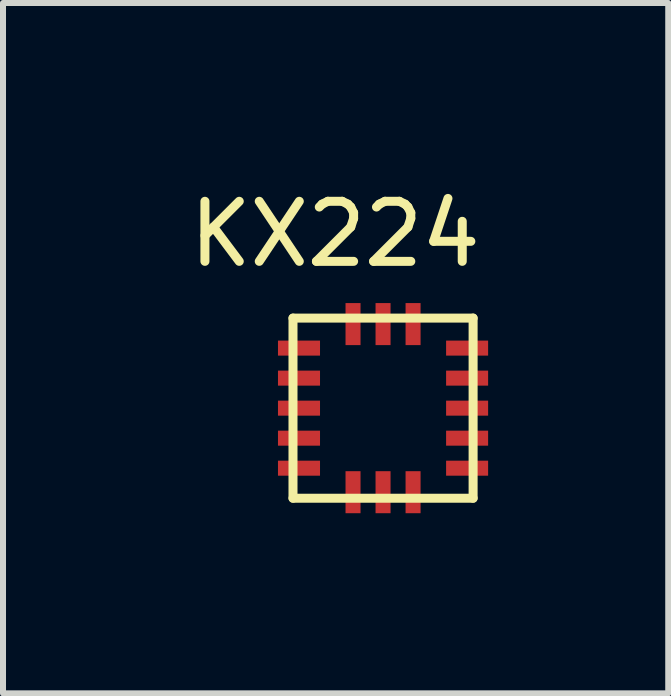
<source format=kicad_pcb>
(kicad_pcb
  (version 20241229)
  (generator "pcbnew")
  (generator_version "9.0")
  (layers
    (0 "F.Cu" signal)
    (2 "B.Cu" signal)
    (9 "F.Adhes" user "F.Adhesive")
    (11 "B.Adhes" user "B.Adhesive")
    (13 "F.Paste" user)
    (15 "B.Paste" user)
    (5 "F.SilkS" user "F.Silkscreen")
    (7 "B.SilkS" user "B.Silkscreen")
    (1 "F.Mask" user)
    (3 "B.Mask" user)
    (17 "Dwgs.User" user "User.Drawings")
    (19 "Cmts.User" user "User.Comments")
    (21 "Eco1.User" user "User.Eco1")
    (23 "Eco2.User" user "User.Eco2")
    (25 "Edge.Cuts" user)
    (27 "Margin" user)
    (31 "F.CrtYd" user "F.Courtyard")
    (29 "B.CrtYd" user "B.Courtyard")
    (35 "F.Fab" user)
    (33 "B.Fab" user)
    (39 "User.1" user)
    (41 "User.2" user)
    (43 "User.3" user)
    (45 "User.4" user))
  (footprint "KX224"
    (layer "F.Cu")
    (at 3.33 3.748)
    (property "Reference" "KX224" (at -0.8 -2.9 0) (layer "F.SilkS") (effects (font (size 1 1) (thickness 0.15))))
    (attr through_hole)
    (fp_line (start -1.5 -1.5) (end -1.5 1.5) (stroke (width 0.15) (type solid)) (layer "F.SilkS"))
    (fp_line (start -1.5 1.5) (end 1.5 1.5) (stroke (width 0.15) (type solid)) (layer "F.SilkS"))
    (fp_line (start 1.5 -1.5) (end -1.5 -1.5) (stroke (width 0.15) (type solid)) (layer "F.SilkS"))
    (fp_line (start 1.5 1.5) (end 1.5 -1.5) (stroke (width 0.15) (type solid)) (layer "F.SilkS"))
    (pad "1" smd rect (at -1.4 -1 90) (size 0.25 0.7) (layers "F.Cu" "F.Mask" "F.Paste"))
    (pad "2" smd rect (at -1.4 -0.5 90) (size 0.25 0.7) (layers "F.Cu" "F.Mask" "F.Paste"))
    (pad "3" smd rect (at -1.4 0 90) (size 0.25 0.7) (layers "F.Cu" "F.Mask" "F.Paste"))
    (pad "4" smd rect (at -1.4 0.5 90) (size 0.25 0.7) (layers "F.Cu" "F.Mask" "F.Paste"))
    (pad "5" smd rect (at -1.4 1 90) (size 0.25 0.7) (layers "F.Cu" "F.Mask" "F.Paste"))
    (pad "6" smd rect (at -0.5 1.4) (size 0.25 0.7) (layers "F.Cu" "F.Mask" "F.Paste"))
    (pad "7" smd rect (at 0 1.4) (size 0.25 0.7) (layers "F.Cu" "F.Mask" "F.Paste"))
    (pad "8" smd rect (at 0.5 1.4) (size 0.25 0.7) (layers "F.Cu" "F.Mask" "F.Paste"))
    (pad "9" smd rect (at 1.4 1 90) (size 0.25 0.7) (layers "F.Cu" "F.Mask" "F.Paste"))
    (pad "10" smd rect (at 1.4 0.5 90) (size 0.25 0.7) (layers "F.Cu" "F.Mask" "F.Paste"))
    (pad "11" smd rect (at 1.4 0 90) (size 0.25 0.7) (layers "F.Cu" "F.Mask" "F.Paste"))
    (pad "12" smd rect (at 1.4 -0.5 90) (size 0.25 0.7) (layers "F.Cu" "F.Mask" "F.Paste"))
    (pad "13" smd rect (at 1.4 -1 90) (size 0.25 0.7) (layers "F.Cu" "F.Mask" "F.Paste"))
    (pad "14" smd rect (at 0.5 -1.4) (size 0.25 0.7) (layers "F.Cu" "F.Mask" "F.Paste"))
    (pad "15" smd rect (at 0 -1.4) (size 0.25 0.7) (layers "F.Cu" "F.Mask" "F.Paste"))
    (pad "16" smd rect (at -0.5 -1.4) (size 0.25 0.7) (layers "F.Cu" "F.Mask" "F.Paste")))
  (gr_rect
    (start -3 -3)
    (end 8.08 8.498)
    (stroke (width 0.1) (type default))
    (fill no)
    (layer "Edge.Cuts")))
</source>
